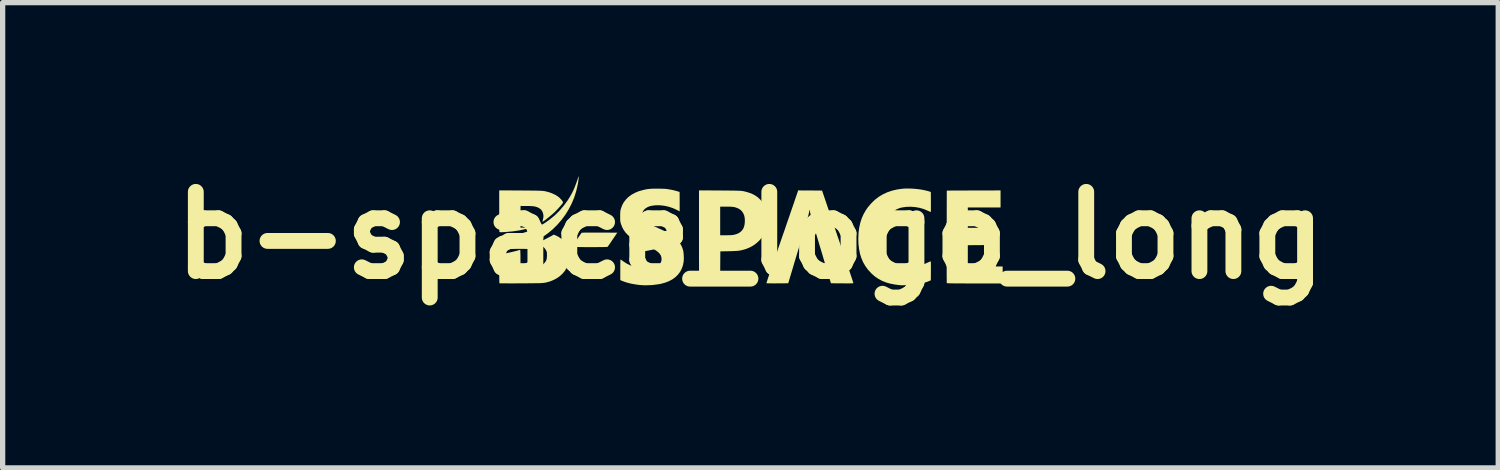
<source format=kicad_pcb>
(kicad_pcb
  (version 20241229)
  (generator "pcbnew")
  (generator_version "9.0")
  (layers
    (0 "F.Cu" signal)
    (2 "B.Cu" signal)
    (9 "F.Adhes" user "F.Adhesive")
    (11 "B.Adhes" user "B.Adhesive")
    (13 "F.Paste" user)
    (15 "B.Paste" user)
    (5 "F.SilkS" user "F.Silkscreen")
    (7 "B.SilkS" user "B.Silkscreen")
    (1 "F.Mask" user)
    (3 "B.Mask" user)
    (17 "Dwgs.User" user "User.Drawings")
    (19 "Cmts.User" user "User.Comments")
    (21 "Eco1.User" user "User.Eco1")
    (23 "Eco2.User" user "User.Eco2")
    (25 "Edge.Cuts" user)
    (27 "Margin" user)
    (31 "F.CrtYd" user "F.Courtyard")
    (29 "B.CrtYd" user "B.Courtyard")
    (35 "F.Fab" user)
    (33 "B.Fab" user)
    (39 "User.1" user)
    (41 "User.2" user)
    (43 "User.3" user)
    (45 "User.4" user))
  (footprint "b-space_logo_long"
    (layer "F.Cu")
    (at 11.157 1.404)
    (property "Reference" "b-space_logo_long" (at 0 0 0) (layer "F.SilkS") (effects (font (size 1.5 1.5) (thickness 0.3))))
    (attr board_only exclude_from_pos_files exclude_from_bom)
    (fp_poly (pts (xy -3.252 -1.113) (xy -3.252 -1.103) (xy -3.253 -1.087) (xy -3.254 -1.066) (xy -3.257 -1.041) (xy -3.26 -1.014) (xy -3.265 -0.987) (xy -3.269 -0.964) (xy -3.297 -0.841) (xy -3.334 -0.722) (xy -3.381 -0.608) (xy -3.437 -0.498) (xy -3.501 -0.393) (xy -3.574 -0.294) (xy -3.654 -0.201) (xy -3.742 -0.114) (xy -3.838 -0.035) (xy -3.902 0.011) (xy -4.006 0.077) (xy -4.115 0.133) (xy -4.229 0.181) (xy -4.345 0.219) (xy -4.464 0.248) (xy -4.584 0.267) (xy -4.679 0.274) (xy -4.751 0.278) (xy -4.751 0.147) (xy -4.751 0.016) (xy -4.708 0.016) (xy -4.633 0.013) (xy -4.552 0.005) (xy -4.47 -0.007) (xy -4.389 -0.022) (xy -4.353 -0.031) (xy -4.232 -0.067) (xy -4.116 -0.112) (xy -4.005 -0.166) (xy -3.898 -0.229) (xy -3.798 -0.3) (xy -3.703 -0.378) (xy -3.615 -0.465) (xy -3.535 -0.559) (xy -3.461 -0.659) (xy -3.42 -0.725) (xy -3.395 -0.768) (xy -3.373 -0.809) (xy -3.352 -0.852) (xy -3.332 -0.897) (xy -3.313 -0.947) (xy -3.292 -1.002) (xy -3.271 -1.065) (xy -3.257 -1.11) (xy -3.254 -1.116)) (stroke (width 0) (type solid)) (fill yes) (layer "F.SilkS"))
    (fp_poly (pts (xy -2.956 -0.051) (xy -2.89 -0.051) (xy -2.855 -0.051) (xy -2.521 -0.049) (xy -2.61 0.083) (xy -2.633 0.116) (xy -2.653 0.147) (xy -2.672 0.173) (xy -2.687 0.195) (xy -2.698 0.21) (xy -2.704 0.219) (xy -2.706 0.22) (xy -2.712 0.221) (xy -2.727 0.221) (xy -2.751 0.222) (xy -2.782 0.223) (xy -2.819 0.223) (xy -2.861 0.223) (xy -2.907 0.224) (xy -2.955 0.224) (xy -3.006 0.224) (xy -3.057 0.224) (xy -3.107 0.224) (xy -3.157 0.224) (xy -3.204 0.223) (xy -3.247 0.223) (xy -3.285 0.222) (xy -3.318 0.222) (xy -3.344 0.221) (xy -3.362 0.221) (xy -3.372 0.22) (xy -3.372 0.22) (xy -3.37 0.215) (xy -3.363 0.202) (xy -3.352 0.184) (xy -3.337 0.161) (xy -3.32 0.134) (xy -3.301 0.106) (xy -3.281 0.076) (xy -3.262 0.047) (xy -3.244 0.02) (xy -3.227 -0.004) (xy -3.213 -0.024) (xy -3.203 -0.038) (xy -3.197 -0.046) (xy -3.193 -0.047) (xy -3.186 -0.048) (xy -3.173 -0.049) (xy -3.154 -0.05) (xy -3.13 -0.05) (xy -3.098 -0.051) (xy -3.059 -0.051) (xy -3.012 -0.051)) (stroke (width 0) (type solid)) (fill yes) (layer "F.SilkS"))
    (fp_poly (pts (xy 4.735 -0.688) (xy 4.735 -0.526) (xy 4.425 -0.526) (xy 4.115 -0.526) (xy 4.115 -0.333) (xy 4.115 -0.141) (xy 4.398 -0.141) (xy 4.451 -0.14) (xy 4.502 -0.14) (xy 4.548 -0.14) (xy 4.589 -0.139) (xy 4.625 -0.139) (xy 4.653 -0.138) (xy 4.673 -0.138) (xy 4.685 -0.137) (xy 4.687 -0.136) (xy 4.689 -0.133) (xy 4.69 -0.124) (xy 4.692 -0.11) (xy 4.692 -0.09) (xy 4.693 -0.061) (xy 4.693 -0.025) (xy 4.692 0.022) (xy 4.692 0.026) (xy 4.691 0.185) (xy 4.403 0.186) (xy 4.115 0.188) (xy 4.115 0.388) (xy 4.115 0.589) (xy 4.445 0.59) (xy 4.774 0.591) (xy 4.776 0.751) (xy 4.777 0.912) (xy 4.248 0.912) (xy 4.159 0.912) (xy 4.079 0.912) (xy 4.01 0.911) (xy 3.949 0.911) (xy 3.896 0.911) (xy 3.851 0.911) (xy 3.814 0.91) (xy 3.783 0.91) (xy 3.759 0.909) (xy 3.741 0.908) (xy 3.728 0.907) (xy 3.72 0.907) (xy 3.717 0.905) (xy 3.717 0.905) (xy 3.716 0.899) (xy 3.716 0.884) (xy 3.716 0.859) (xy 3.716 0.825) (xy 3.715 0.783) (xy 3.715 0.733) (xy 3.715 0.676) (xy 3.715 0.612) (xy 3.715 0.543) (xy 3.715 0.468) (xy 3.715 0.388) (xy 3.715 0.303) (xy 3.715 0.215) (xy 3.715 0.123) (xy 3.715 0.028) (xy 3.715 0.026) (xy 3.717 -0.846) (xy 4.226 -0.848) (xy 4.735 -0.849)) (stroke (width 0) (type solid)) (fill yes) (layer "F.SilkS"))
    (fp_poly (pts (xy -4.354 -0.848) (xy -4.277 -0.847) (xy -4.21 -0.847) (xy -4.151 -0.846) (xy -4.101 -0.846) (xy -4.058 -0.845) (xy -4.02 -0.844) (xy -3.989 -0.843) (xy -3.962 -0.842) (xy -3.939 -0.84) (xy -3.919 -0.838) (xy -3.901 -0.836) (xy -3.885 -0.833) (xy -3.869 -0.829) (xy -3.852 -0.825) (xy -3.835 -0.82) (xy -3.816 -0.815) (xy -3.776 -0.802) (xy -3.736 -0.785) (xy -3.697 -0.767) (xy -3.665 -0.748) (xy -3.659 -0.744) (xy -3.634 -0.726) (xy -3.61 -0.705) (xy -3.589 -0.683) (xy -3.57 -0.662) (xy -3.557 -0.643) (xy -3.549 -0.628) (xy -3.548 -0.62) (xy -3.553 -0.611) (xy -3.564 -0.595) (xy -3.58 -0.574) (xy -3.601 -0.55) (xy -3.625 -0.523) (xy -3.651 -0.495) (xy -3.678 -0.467) (xy -3.703 -0.441) (xy -3.726 -0.42) (xy -3.753 -0.396) (xy -3.783 -0.371) (xy -3.814 -0.345) (xy -3.845 -0.321) (xy -3.873 -0.298) (xy -3.898 -0.28) (xy -3.918 -0.266) (xy -3.928 -0.26) (xy -3.936 -0.257) (xy -3.938 -0.26) (xy -3.936 -0.266) (xy -3.928 -0.301) (xy -3.922 -0.328) (xy -3.919 -0.351) (xy -3.919 -0.37) (xy -3.921 -0.388) (xy -3.921 -0.392) (xy -3.932 -0.433) (xy -3.95 -0.468) (xy -3.976 -0.497) (xy -4.01 -0.519) (xy -4.021 -0.525) (xy -4.044 -0.534) (xy -4.066 -0.541) (xy -4.09 -0.546) (xy -4.117 -0.55) (xy -4.15 -0.552) (xy -4.19 -0.554) (xy -4.238 -0.554) (xy -4.352 -0.555) (xy -4.354 -0.35) (xy -4.355 -0.146) (xy -4.283 -0.145) (xy -4.256 -0.145) (xy -4.23 -0.144) (xy -4.21 -0.142) (xy -4.197 -0.141) (xy -4.196 -0.141) (xy -4.186 -0.138) (xy -4.184 -0.136) (xy -4.184 -0.136) (xy -4.19 -0.135) (xy -4.204 -0.131) (xy -4.223 -0.126) (xy -4.236 -0.123) (xy -4.365 -0.094) (xy -4.499 -0.074) (xy -4.621 -0.063) (xy -4.661 -0.06) (xy -4.691 -0.059) (xy -4.714 -0.058) (xy -4.73 -0.058) (xy -4.741 -0.058) (xy -4.748 -0.06) (xy -4.751 -0.063) (xy -4.753 -0.066) (xy -4.753 -0.072) (xy -4.754 -0.088) (xy -4.754 -0.113) (xy -4.755 -0.145) (xy -4.755 -0.185) (xy -4.755 -0.231) (xy -4.756 -0.283) (xy -4.756 -0.339) (xy -4.756 -0.399) (xy -4.756 -0.462) (xy -4.756 -0.462) (xy -4.756 -0.85)) (stroke (width 0) (type solid)) (fill yes) (layer "F.SilkS"))
    (fp_poly (pts (xy -0.582 -0.848) (xy -0.506 -0.847) (xy -0.44 -0.847) (xy -0.383 -0.846) (xy -0.333 -0.846) (xy -0.291 -0.845) (xy -0.254 -0.844) (xy -0.223 -0.843) (xy -0.197 -0.842) (xy -0.175 -0.84) (xy -0.155 -0.838) (xy -0.137 -0.835) (xy -0.121 -0.832) (xy -0.104 -0.828) (xy -0.088 -0.824) (xy -0.07 -0.819) (xy -0.055 -0.815) (xy 0.018 -0.79) (xy 0.082 -0.758) (xy 0.139 -0.719) (xy 0.188 -0.673) (xy 0.229 -0.621) (xy 0.263 -0.561) (xy 0.288 -0.495) (xy 0.306 -0.421) (xy 0.312 -0.38) (xy 0.318 -0.298) (xy 0.314 -0.219) (xy 0.3 -0.143) (xy 0.278 -0.072) (xy 0.246 -0.006) (xy 0.206 0.056) (xy 0.156 0.112) (xy 0.099 0.162) (xy 0.069 0.183) (xy 0.022 0.212) (xy -0.03 0.238) (xy -0.083 0.259) (xy -0.111 0.268) (xy -0.14 0.276) (xy -0.166 0.282) (xy -0.192 0.288) (xy -0.219 0.292) (xy -0.247 0.295) (xy -0.281 0.297) (xy -0.319 0.299) (xy -0.366 0.301) (xy -0.409 0.302) (xy -0.57 0.305) (xy -0.572 0.608) (xy -0.573 0.912) (xy -0.77 0.912) (xy -0.814 0.912) (xy -0.855 0.911) (xy -0.892 0.911) (xy -0.923 0.91) (xy -0.947 0.91) (xy -0.963 0.909) (xy -0.97 0.908) (xy -0.971 0.908) (xy -0.971 0.903) (xy -0.971 0.887) (xy -0.972 0.863) (xy -0.972 0.829) (xy -0.972 0.787) (xy -0.973 0.738) (xy -0.973 0.681) (xy -0.973 0.618) (xy -0.973 0.548) (xy -0.974 0.473) (xy -0.974 0.393) (xy -0.974 0.309) (xy -0.974 0.221) (xy -0.974 0.129) (xy -0.974 0.034) (xy -0.974 0.027) (xy -0.974 -0.271) (xy -0.573 -0.271) (xy -0.573 0) (xy -0.467 0) (xy -0.415 -0.001) (xy -0.373 -0.002) (xy -0.34 -0.005) (xy -0.322 -0.007) (xy -0.27 -0.02) (xy -0.227 -0.038) (xy -0.191 -0.061) (xy -0.161 -0.09) (xy -0.153 -0.1) (xy -0.133 -0.132) (xy -0.12 -0.166) (xy -0.111 -0.206) (xy -0.106 -0.253) (xy -0.106 -0.258) (xy -0.107 -0.316) (xy -0.116 -0.368) (xy -0.134 -0.413) (xy -0.159 -0.452) (xy -0.192 -0.484) (xy -0.233 -0.509) (xy -0.282 -0.527) (xy -0.308 -0.534) (xy -0.329 -0.537) (xy -0.354 -0.539) (xy -0.386 -0.541) (xy -0.426 -0.542) (xy -0.461 -0.542) (xy -0.573 -0.542) (xy -0.573 -0.271) (xy -0.974 -0.271) (xy -0.974 -0.85)) (stroke (width 0) (type solid)) (fill yes) (layer "F.SilkS"))
    (fp_poly (pts (xy 3.078 -0.882) (xy 3.149 -0.876) (xy 3.219 -0.867) (xy 3.286 -0.855) (xy 3.346 -0.841) (xy 3.394 -0.827) (xy 3.415 -0.819) (xy 3.416 -0.635) (xy 3.416 -0.592) (xy 3.416 -0.552) (xy 3.416 -0.517) (xy 3.416 -0.487) (xy 3.416 -0.464) (xy 3.415 -0.45) (xy 3.415 -0.444) (xy 3.41 -0.443) (xy 3.396 -0.447) (xy 3.374 -0.457) (xy 3.354 -0.466) (xy 3.279 -0.497) (xy 3.199 -0.52) (xy 3.117 -0.534) (xy 3.034 -0.54) (xy 2.953 -0.538) (xy 2.874 -0.527) (xy 2.845 -0.521) (xy 2.812 -0.51) (xy 2.773 -0.494) (xy 2.734 -0.474) (xy 2.696 -0.453) (xy 2.664 -0.431) (xy 2.654 -0.423) (xy 2.602 -0.373) (xy 2.558 -0.318) (xy 2.523 -0.256) (xy 2.495 -0.188) (xy 2.475 -0.114) (xy 2.464 -0.032) (xy 2.461 -0.003) (xy 2.461 0.078) (xy 2.469 0.157) (xy 2.486 0.232) (xy 2.511 0.303) (xy 2.524 0.331) (xy 2.56 0.393) (xy 2.603 0.448) (xy 2.653 0.494) (xy 2.709 0.532) (xy 2.772 0.563) (xy 2.84 0.584) (xy 2.877 0.592) (xy 2.91 0.596) (xy 2.95 0.598) (xy 2.995 0.598) (xy 3.041 0.597) (xy 3.087 0.594) (xy 3.128 0.59) (xy 3.162 0.584) (xy 3.236 0.564) (xy 3.31 0.537) (xy 3.36 0.515) (xy 3.381 0.505) (xy 3.398 0.498) (xy 3.409 0.494) (xy 3.413 0.494) (xy 3.414 0.5) (xy 3.415 0.515) (xy 3.416 0.538) (xy 3.416 0.568) (xy 3.416 0.604) (xy 3.416 0.643) (xy 3.416 0.675) (xy 3.415 0.852) (xy 3.389 0.864) (xy 3.341 0.883) (xy 3.284 0.901) (xy 3.219 0.916) (xy 3.148 0.929) (xy 3.109 0.935) (xy 3.083 0.937) (xy 3.051 0.94) (xy 3.014 0.942) (xy 2.975 0.944) (xy 2.936 0.945) (xy 2.9 0.946) (xy 2.868 0.946) (xy 2.843 0.946) (xy 2.834 0.945) (xy 2.737 0.933) (xy 2.649 0.916) (xy 2.568 0.893) (xy 2.493 0.863) (xy 2.425 0.827) (xy 2.361 0.784) (xy 2.302 0.733) (xy 2.282 0.714) (xy 2.223 0.649) (xy 2.174 0.581) (xy 2.132 0.508) (xy 2.099 0.43) (xy 2.073 0.347) (xy 2.056 0.258) (xy 2.045 0.162) (xy 2.042 0.068) (xy 2.046 -0.038) (xy 2.058 -0.138) (xy 2.078 -0.231) (xy 2.106 -0.319) (xy 2.143 -0.402) (xy 2.188 -0.48) (xy 2.224 -0.531) (xy 2.287 -0.605) (xy 2.355 -0.671) (xy 2.429 -0.728) (xy 2.509 -0.776) (xy 2.594 -0.815) (xy 2.686 -0.846) (xy 2.783 -0.868) (xy 2.875 -0.881) (xy 2.938 -0.885) (xy 3.007 -0.885)) (stroke (width 0) (type solid)) (fill yes) (layer "F.SilkS"))
    (fp_poly (pts (xy -3.688 0.002) (xy -3.636 0.028) (xy -3.586 0.062) (xy -3.542 0.103) (xy -3.503 0.149) (xy -3.472 0.2) (xy -3.449 0.253) (xy -3.441 0.283) (xy -3.431 0.348) (xy -3.43 0.416) (xy -3.437 0.485) (xy -3.454 0.551) (xy -3.478 0.613) (xy -3.48 0.617) (xy -3.513 0.673) (xy -3.555 0.724) (xy -3.604 0.77) (xy -3.661 0.811) (xy -3.724 0.845) (xy -3.791 0.872) (xy -3.801 0.875) (xy -3.82 0.881) (xy -3.838 0.886) (xy -3.854 0.89) (xy -3.869 0.894) (xy -3.886 0.897) (xy -3.903 0.9) (xy -3.923 0.902) (xy -3.946 0.904) (xy -3.973 0.906) (xy -4.004 0.907) (xy -4.041 0.908) (xy -4.084 0.908) (xy -4.133 0.909) (xy -4.191 0.909) (xy -4.258 0.91) (xy -4.334 0.91) (xy -4.345 0.91) (xy -4.409 0.91) (xy -4.47 0.911) (xy -4.527 0.911) (xy -4.579 0.911) (xy -4.626 0.91) (xy -4.667 0.91) (xy -4.701 0.91) (xy -4.727 0.91) (xy -4.744 0.909) (xy -4.752 0.909) (xy -4.752 0.908) (xy -4.753 0.903) (xy -4.754 0.887) (xy -4.754 0.864) (xy -4.755 0.834) (xy -4.755 0.799) (xy -4.756 0.759) (xy -4.756 0.715) (xy -4.756 0.67) (xy -4.756 0.624) (xy -4.756 0.578) (xy -4.755 0.534) (xy -4.755 0.492) (xy -4.755 0.455) (xy -4.754 0.422) (xy -4.754 0.396) (xy -4.753 0.377) (xy -4.752 0.367) (xy -4.752 0.366) (xy -4.745 0.363) (xy -4.731 0.359) (xy -4.711 0.355) (xy -4.691 0.352) (xy -4.639 0.343) (xy -4.579 0.331) (xy -4.518 0.317) (xy -4.456 0.302) (xy -4.4 0.287) (xy -4.381 0.282) (xy -4.368 0.278) (xy -4.36 0.276) (xy -4.359 0.276) (xy -4.358 0.281) (xy -4.357 0.295) (xy -4.356 0.317) (xy -4.355 0.346) (xy -4.354 0.381) (xy -4.354 0.42) (xy -4.354 0.447) (xy -4.352 0.617) (xy -4.217 0.617) (xy -4.159 0.616) (xy -4.11 0.614) (xy -4.07 0.611) (xy -4.035 0.606) (xy -4.006 0.598) (xy -3.981 0.589) (xy -3.958 0.576) (xy -3.937 0.56) (xy -3.916 0.541) (xy -3.912 0.537) (xy -3.889 0.512) (xy -3.873 0.489) (xy -3.862 0.464) (xy -3.856 0.436) (xy -3.853 0.401) (xy -3.852 0.38) (xy -3.853 0.353) (xy -3.853 0.334) (xy -3.856 0.319) (xy -3.859 0.307) (xy -3.865 0.293) (xy -3.866 0.291) (xy -3.89 0.252) (xy -3.922 0.219) (xy -3.962 0.192) (xy -4.008 0.172) (xy -4.02 0.169) (xy -4.037 0.164) (xy -4.049 0.159) (xy -4.053 0.156) (xy -4.048 0.153) (xy -4.036 0.146) (xy -4.02 0.138) (xy -4.012 0.135) (xy -3.969 0.115) (xy -3.922 0.093) (xy -3.874 0.069) (xy -3.829 0.046) (xy -3.79 0.025) (xy -3.78 0.02) (xy -3.724 -0.012)) (stroke (width 0) (type solid)) (fill yes) (layer "F.SilkS"))
    (fp_poly (pts (xy 1.13 -0.848) (xy 1.356 -0.846) (xy 1.5 -0.422) (xy 1.524 -0.353) (xy 1.547 -0.283) (xy 1.571 -0.214) (xy 1.594 -0.146) (xy 1.616 -0.081) (xy 1.637 -0.019) (xy 1.656 0.038) (xy 1.674 0.088) (xy 1.688 0.131) (xy 1.7 0.166) (xy 1.703 0.175) (xy 1.735 0.267) (xy 1.765 0.355) (xy 1.793 0.438) (xy 1.819 0.516) (xy 1.844 0.588) (xy 1.866 0.654) (xy 1.886 0.713) (xy 1.903 0.765) (xy 1.918 0.809) (xy 1.93 0.846) (xy 1.939 0.874) (xy 1.945 0.893) (xy 1.948 0.903) (xy 1.948 0.904) (xy 1.947 0.906) (xy 1.943 0.908) (xy 1.934 0.909) (xy 1.921 0.91) (xy 1.902 0.91) (xy 1.876 0.911) (xy 1.843 0.911) (xy 1.801 0.911) (xy 1.75 0.91) (xy 1.736 0.91) (xy 1.524 0.909) (xy 1.38 0.43) (xy 1.359 0.357) (xy 1.337 0.284) (xy 1.315 0.212) (xy 1.294 0.142) (xy 1.274 0.074) (xy 1.255 0.011) (xy 1.237 -0.048) (xy 1.221 -0.101) (xy 1.208 -0.147) (xy 1.196 -0.185) (xy 1.188 -0.212) (xy 1.176 -0.254) (xy 1.164 -0.296) (xy 1.153 -0.335) (xy 1.144 -0.37) (xy 1.137 -0.399) (xy 1.132 -0.421) (xy 1.131 -0.427) (xy 1.126 -0.453) (xy 1.122 -0.471) (xy 1.118 -0.482) (xy 1.116 -0.483) (xy 1.115 -0.475) (xy 1.115 -0.471) (xy 1.114 -0.458) (xy 1.111 -0.441) (xy 1.106 -0.419) (xy 1.1 -0.39) (xy 1.091 -0.355) (xy 1.079 -0.313) (xy 1.065 -0.263) (xy 1.048 -0.205) (xy 1.028 -0.138) (xy 1.024 -0.124) (xy 1.013 -0.087) (xy 1 -0.041) (xy 0.984 0.01) (xy 0.967 0.068) (xy 0.948 0.13) (xy 0.929 0.195) (xy 0.909 0.263) (xy 0.888 0.332) (xy 0.867 0.402) (xy 0.846 0.471) (xy 0.826 0.538) (xy 0.807 0.603) (xy 0.789 0.663) (xy 0.772 0.719) (xy 0.757 0.769) (xy 0.744 0.812) (xy 0.734 0.847) (xy 0.727 0.87) (xy 0.715 0.909) (xy 0.509 0.91) (xy 0.46 0.911) (xy 0.416 0.911) (xy 0.378 0.91) (xy 0.346 0.91) (xy 0.323 0.909) (xy 0.308 0.908) (xy 0.302 0.907) (xy 0.302 0.907) (xy 0.304 0.901) (xy 0.309 0.885) (xy 0.317 0.86) (xy 0.328 0.825) (xy 0.343 0.781) (xy 0.361 0.728) (xy 0.383 0.665) (xy 0.408 0.592) (xy 0.436 0.509) (xy 0.468 0.417) (xy 0.49 0.354) (xy 0.517 0.276) (xy 0.544 0.196) (xy 0.572 0.115) (xy 0.6 0.033) (xy 0.629 -0.049) (xy 0.657 -0.13) (xy 0.684 -0.21) (xy 0.711 -0.288) (xy 0.737 -0.363) (xy 0.761 -0.434) (xy 0.785 -0.502) (xy 0.806 -0.564) (xy 0.826 -0.621) (xy 0.843 -0.672) (xy 0.858 -0.716) (xy 0.87 -0.752) (xy 0.88 -0.779) (xy 0.886 -0.798) (xy 0.887 -0.801) (xy 0.903 -0.849)) (stroke (width 0) (type solid)) (fill yes) (layer "F.SilkS"))
    (fp_poly (pts (xy -1.718 -0.882) (xy -1.675 -0.881) (xy -1.636 -0.88) (xy -1.605 -0.878) (xy -1.584 -0.876) (xy -1.541 -0.869) (xy -1.495 -0.861) (xy -1.45 -0.851) (xy -1.409 -0.84) (xy -1.38 -0.832) (xy -1.341 -0.82) (xy -1.34 -0.637) (xy -1.34 -0.594) (xy -1.34 -0.555) (xy -1.34 -0.521) (xy -1.34 -0.492) (xy -1.34 -0.471) (xy -1.341 -0.457) (xy -1.341 -0.453) (xy -1.346 -0.455) (xy -1.359 -0.462) (xy -1.377 -0.471) (xy -1.397 -0.482) (xy -1.471 -0.515) (xy -1.55 -0.541) (xy -1.632 -0.559) (xy -1.714 -0.568) (xy -1.795 -0.568) (xy -1.803 -0.567) (xy -1.86 -0.56) (xy -1.909 -0.549) (xy -1.95 -0.532) (xy -1.986 -0.509) (xy -2.003 -0.495) (xy -2.027 -0.467) (xy -2.042 -0.439) (xy -2.049 -0.406) (xy -2.049 -0.388) (xy -2.047 -0.361) (xy -2.039 -0.336) (xy -2.027 -0.312) (xy -2.008 -0.288) (xy -1.983 -0.265) (xy -1.952 -0.241) (xy -1.912 -0.216) (xy -1.864 -0.19) (xy -1.808 -0.163) (xy -1.742 -0.133) (xy -1.722 -0.124) (xy -1.641 -0.087) (xy -1.569 -0.05) (xy -1.507 -0.013) (xy -1.453 0.025) (xy -1.407 0.064) (xy -1.368 0.104) (xy -1.349 0.127) (xy -1.328 0.16) (xy -1.307 0.198) (xy -1.289 0.239) (xy -1.277 0.277) (xy -1.276 0.28) (xy -1.269 0.312) (xy -1.265 0.352) (xy -1.262 0.395) (xy -1.261 0.439) (xy -1.263 0.48) (xy -1.265 0.503) (xy -1.279 0.572) (xy -1.302 0.636) (xy -1.334 0.695) (xy -1.374 0.747) (xy -1.422 0.794) (xy -1.478 0.835) (xy -1.543 0.869) (xy -1.615 0.897) (xy -1.695 0.919) (xy -1.738 0.927) (xy -1.854 0.942) (xy -1.971 0.947) (xy -2.047 0.945) (xy -2.117 0.939) (xy -2.186 0.929) (xy -2.254 0.917) (xy -2.317 0.902) (xy -2.375 0.884) (xy -2.425 0.865) (xy -2.429 0.864) (xy -2.464 0.848) (xy -2.464 0.652) (xy -2.464 0.601) (xy -2.464 0.56) (xy -2.463 0.527) (xy -2.463 0.502) (xy -2.462 0.483) (xy -2.461 0.471) (xy -2.46 0.464) (xy -2.458 0.46) (xy -2.457 0.46) (xy -2.449 0.464) (xy -2.436 0.473) (xy -2.42 0.485) (xy -2.419 0.486) (xy -2.351 0.531) (xy -2.278 0.568) (xy -2.199 0.597) (xy -2.118 0.617) (xy -2.034 0.628) (xy -1.978 0.63) (xy -1.914 0.627) (xy -1.857 0.619) (xy -1.808 0.605) (xy -1.766 0.587) (xy -1.732 0.563) (xy -1.707 0.534) (xy -1.691 0.502) (xy -1.683 0.465) (xy -1.683 0.453) (xy -1.685 0.423) (xy -1.692 0.395) (xy -1.705 0.368) (xy -1.724 0.343) (xy -1.749 0.318) (xy -1.782 0.293) (xy -1.822 0.267) (xy -1.871 0.241) (xy -1.929 0.213) (xy -1.996 0.183) (xy -1.997 0.182) (xy -2.059 0.155) (xy -2.113 0.13) (xy -2.159 0.107) (xy -2.199 0.085) (xy -2.234 0.063) (xy -2.265 0.042) (xy -2.294 0.018) (xy -2.321 -0.006) (xy -2.366 -0.053) (xy -2.401 -0.103) (xy -2.43 -0.157) (xy -2.452 -0.217) (xy -2.457 -0.234) (xy -2.461 -0.249) (xy -2.463 -0.264) (xy -2.465 -0.281) (xy -2.466 -0.302) (xy -2.466 -0.33) (xy -2.466 -0.359) (xy -2.466 -0.396) (xy -2.465 -0.423) (xy -2.464 -0.445) (xy -2.462 -0.463) (xy -2.459 -0.479) (xy -2.455 -0.496) (xy -2.454 -0.497) (xy -2.431 -0.563) (xy -2.399 -0.623) (xy -2.358 -0.677) (xy -2.31 -0.725) (xy -2.253 -0.767) (xy -2.188 -0.803) (xy -2.116 -0.833) (xy -2.06 -0.849) (xy -2.021 -0.859) (xy -1.986 -0.867) (xy -1.954 -0.873) (xy -1.922 -0.877) (xy -1.888 -0.88) (xy -1.849 -0.882) (xy -1.804 -0.882) (xy -1.766 -0.883)) (stroke (width 0) (type solid)) (fill yes) (layer "F.SilkS")))
  (gr_rect
    (start -3 -3)
    (end 25.314 5.808)
    (stroke (width 0.1) (type default))
    (fill no)
    (layer "Edge.Cuts")))
</source>
